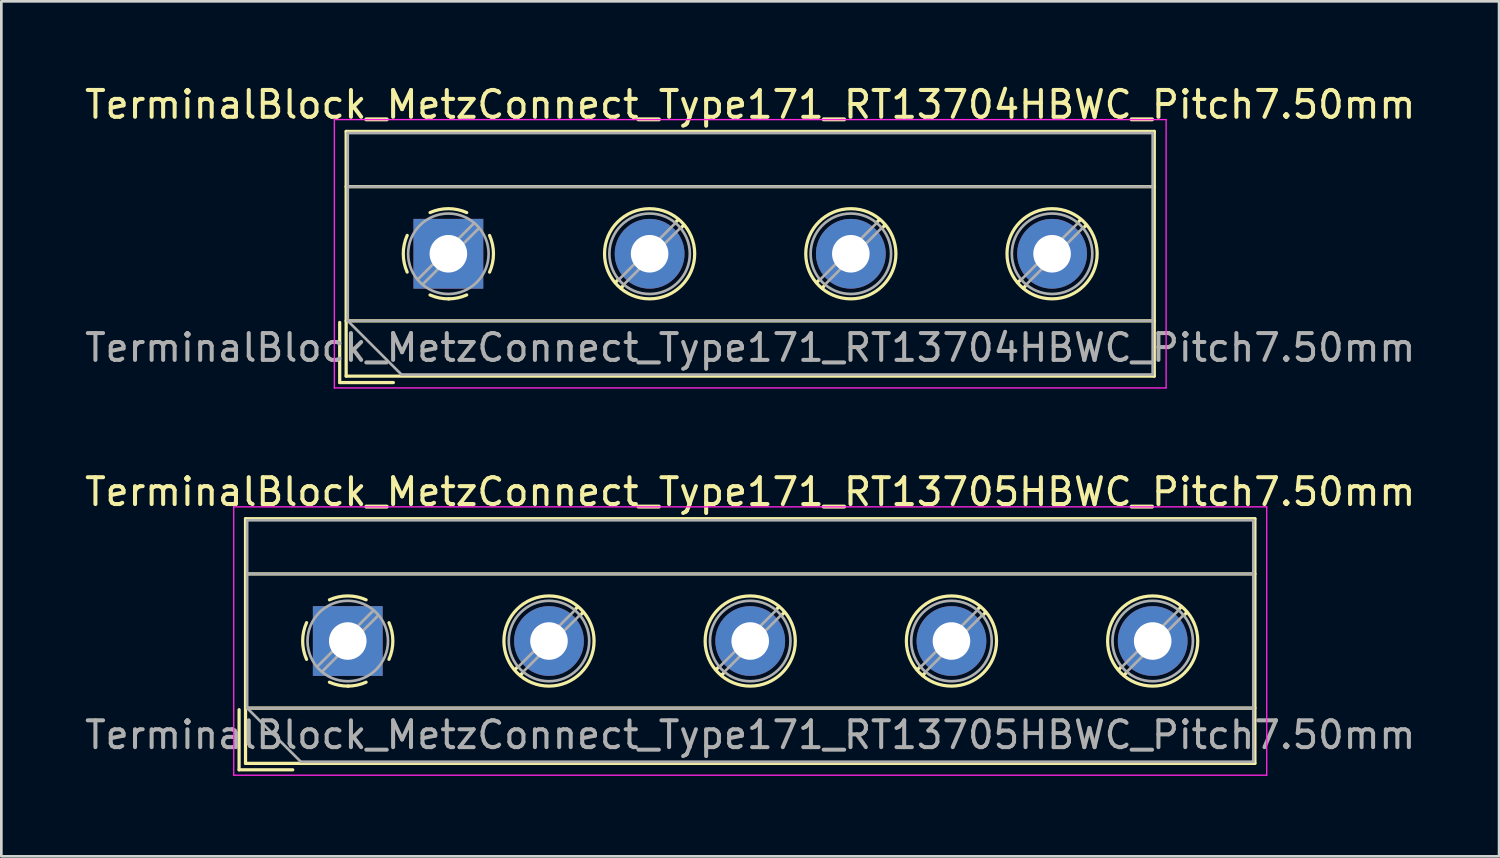
<source format=kicad_pcb>
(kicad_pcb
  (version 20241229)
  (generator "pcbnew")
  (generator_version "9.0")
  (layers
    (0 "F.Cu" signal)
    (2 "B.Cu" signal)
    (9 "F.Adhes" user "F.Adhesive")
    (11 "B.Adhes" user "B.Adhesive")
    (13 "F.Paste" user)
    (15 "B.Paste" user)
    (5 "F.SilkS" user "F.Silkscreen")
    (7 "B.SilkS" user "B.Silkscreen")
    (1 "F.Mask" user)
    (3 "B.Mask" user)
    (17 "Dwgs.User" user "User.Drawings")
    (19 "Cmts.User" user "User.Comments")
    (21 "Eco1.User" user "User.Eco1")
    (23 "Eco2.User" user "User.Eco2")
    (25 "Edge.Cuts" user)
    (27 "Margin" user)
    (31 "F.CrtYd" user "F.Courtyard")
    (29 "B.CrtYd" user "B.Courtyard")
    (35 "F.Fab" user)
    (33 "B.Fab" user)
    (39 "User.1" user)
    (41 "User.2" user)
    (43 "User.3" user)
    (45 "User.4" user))
  (footprint "TerminalBlock_MetzConnect_Type171_RT13704HBWC_Pitch7.50mm"
    (layer "F.Cu")
    (at 13.661 6.408)
    (property "Reference" "TerminalBlock_MetzConnect_Type171_RT13704HBWC_Pitch7.50mm" (at 11.25 -5.56 0) (layer "F.SilkS") (effects (font (size 1 1) (thickness 0.15))))
    (attr through_hole)
    (fp_line (start -4.05 2.56) (end -4.05 4.8) (stroke (width 0.12) (type solid)) (layer "F.SilkS"))
    (fp_line (start -4.05 4.8) (end -2.05 4.8) (stroke (width 0.12) (type solid)) (layer "F.SilkS"))
    (fp_line (start -3.81 -4.56) (end -3.81 4.56) (stroke (width 0.12) (type solid)) (layer "F.SilkS"))
    (fp_line (start -3.81 -2.5) (end 26.31 -2.5) (stroke (width 0.12) (type solid)) (layer "F.SilkS"))
    (fp_line (start -3.81 2.5) (end 26.31 2.5) (stroke (width 0.12) (type solid)) (layer "F.SilkS"))
    (fp_line (start -3.81 4.56) (end 26.31 4.56) (stroke (width 0.12) (type solid)) (layer "F.SilkS"))
    (fp_line (start 6.32 0.976) (end 6.226 1.069) (stroke (width 0.12) (type solid)) (layer "F.SilkS"))
    (fp_line (start 6.502 1.204) (end 6.431 1.274) (stroke (width 0.12) (type solid)) (layer "F.SilkS"))
    (fp_line (start 8.57 -1.275) (end 8.499 -1.204) (stroke (width 0.12) (type solid)) (layer "F.SilkS"))
    (fp_line (start 8.775 -1.069) (end 8.681 -0.976) (stroke (width 0.12) (type solid)) (layer "F.SilkS"))
    (fp_line (start 13.82 0.976) (end 13.726 1.069) (stroke (width 0.12) (type solid)) (layer "F.SilkS"))
    (fp_line (start 14.002 1.204) (end 13.931 1.274) (stroke (width 0.12) (type solid)) (layer "F.SilkS"))
    (fp_line (start 16.07 -1.275) (end 15.999 -1.204) (stroke (width 0.12) (type solid)) (layer "F.SilkS"))
    (fp_line (start 16.275 -1.069) (end 16.181 -0.976) (stroke (width 0.12) (type solid)) (layer "F.SilkS"))
    (fp_line (start 21.32 0.976) (end 21.226 1.069) (stroke (width 0.12) (type solid)) (layer "F.SilkS"))
    (fp_line (start 21.502 1.204) (end 21.431 1.274) (stroke (width 0.12) (type solid)) (layer "F.SilkS"))
    (fp_line (start 23.57 -1.275) (end 23.499 -1.204) (stroke (width 0.12) (type solid)) (layer "F.SilkS"))
    (fp_line (start 23.775 -1.069) (end 23.681 -0.976) (stroke (width 0.12) (type solid)) (layer "F.SilkS"))
    (fp_line (start 26.31 -4.56) (end -3.81 -4.56) (stroke (width 0.12) (type solid)) (layer "F.SilkS"))
    (fp_line (start 26.31 4.56) (end 26.31 -4.56) (stroke (width 0.12) (type solid)) (layer "F.SilkS"))
    (fp_arc (start -1.535427 0.683042) (mid -1.680501 -0.000524) (end -1.535 -0.684) (stroke (width 0.12) (type solid)) (layer "F.SilkS"))
    (fp_arc (start -0.683042 -1.535427) (mid 0.000524 -1.680501) (end 0.684 -1.535) (stroke (width 0.12) (type solid)) (layer "F.SilkS"))
    (fp_arc (start 0.028805 1.680253) (mid -0.335551 1.646659) (end -0.684 1.535) (stroke (width 0.12) (type solid)) (layer "F.SilkS"))
    (fp_arc (start 0.683318 1.534756) (mid 0.349292 1.643288) (end 0 1.68) (stroke (width 0.12) (type solid)) (layer "F.SilkS"))
    (fp_arc (start 1.535427 -0.683042) (mid 1.680501 0.000524) (end 1.535 0.684) (stroke (width 0.12) (type solid)) (layer "F.SilkS"))
    (fp_circle (center 7.5 0) (end 9.18 0) (stroke (width 0.12) (type solid)) (fill no) (layer "F.SilkS"))
    (fp_circle (center 15 0) (end 16.68 0) (stroke (width 0.12) (type solid)) (fill no) (layer "F.SilkS"))
    (fp_circle (center 22.5 0) (end 24.18 0) (stroke (width 0.12) (type solid)) (fill no) (layer "F.SilkS"))
    (fp_line (start -4.25 -5) (end -4.25 5) (stroke (width 0.05) (type solid)) (layer "F.CrtYd"))
    (fp_line (start -4.25 5) (end 26.75 5) (stroke (width 0.05) (type solid)) (layer "F.CrtYd"))
    (fp_line (start 26.75 -5) (end -4.25 -5) (stroke (width 0.05) (type solid)) (layer "F.CrtYd"))
    (fp_line (start 26.75 5) (end 26.75 -5) (stroke (width 0.05) (type solid)) (layer "F.CrtYd"))
    (fp_line (start -3.75 -4.5) (end 26.25 -4.5) (stroke (width 0.1) (type solid)) (layer "F.Fab"))
    (fp_line (start -3.75 -2.5) (end 26.25 -2.5) (stroke (width 0.1) (type solid)) (layer "F.Fab"))
    (fp_line (start -3.75 2.5) (end -3.75 -4.5) (stroke (width 0.1) (type solid)) (layer "F.Fab"))
    (fp_line (start -3.75 2.5) (end 26.25 2.5) (stroke (width 0.1) (type solid)) (layer "F.Fab"))
    (fp_line (start -1.75 4.5) (end -3.75 2.5) (stroke (width 0.1) (type solid)) (layer "F.Fab"))
    (fp_line (start 0.955 -1.138) (end -1.138 0.955) (stroke (width 0.1) (type solid)) (layer "F.Fab"))
    (fp_line (start 1.138 -0.955) (end -0.955 1.138) (stroke (width 0.1) (type solid)) (layer "F.Fab"))
    (fp_line (start 8.455 -1.138) (end 6.363 0.955) (stroke (width 0.1) (type solid)) (layer "F.Fab"))
    (fp_line (start 8.638 -0.955) (end 6.546 1.138) (stroke (width 0.1) (type solid)) (layer "F.Fab"))
    (fp_line (start 15.955 -1.138) (end 13.863 0.955) (stroke (width 0.1) (type solid)) (layer "F.Fab"))
    (fp_line (start 16.138 -0.955) (end 14.046 1.138) (stroke (width 0.1) (type solid)) (layer "F.Fab"))
    (fp_line (start 23.455 -1.138) (end 21.363 0.955) (stroke (width 0.1) (type solid)) (layer "F.Fab"))
    (fp_line (start 23.638 -0.955) (end 21.546 1.138) (stroke (width 0.1) (type solid)) (layer "F.Fab"))
    (fp_line (start 26.25 -4.5) (end 26.25 4.5) (stroke (width 0.1) (type solid)) (layer "F.Fab"))
    (fp_line (start 26.25 4.5) (end -1.75 4.5) (stroke (width 0.1) (type solid)) (layer "F.Fab"))
    (fp_circle (center 0 0) (end 1.5 0) (stroke (width 0.1) (type solid)) (fill no) (layer "F.Fab"))
    (fp_circle (center 7.5 0) (end 9 0) (stroke (width 0.1) (type solid)) (fill no) (layer "F.Fab"))
    (fp_circle (center 15 0) (end 16.5 0) (stroke (width 0.1) (type solid)) (fill no) (layer "F.Fab"))
    (fp_circle (center 22.5 0) (end 24 0) (stroke (width 0.1) (type solid)) (fill no) (layer "F.Fab"))
    (fp_text user "${REFERENCE}" (at 11.25 3.5 0) (layer "F.Fab") (effects (font (size 1 1) (thickness 0.15))))
    (pad "1" thru_hole rect (at 0 0) (size 2.6 2.6) (drill 1.4) (layers "*.Cu" "*.Mask"))
    (pad "2" thru_hole oval (at 7.5 0) (size 2.6 2.6) (drill 1.4) (layers "*.Cu" "*.Mask"))
    (pad "3" thru_hole oval (at 15 0) (size 2.6 2.6) (drill 1.4) (layers "*.Cu" "*.Mask"))
    (pad "4" thru_hole oval (at 22.5 0) (size 2.6 2.6) (drill 1.4) (layers "*.Cu" "*.Mask")))
  (footprint "TerminalBlock_MetzConnect_Type171_RT13705HBWC_Pitch7.50mm"
    (layer "F.Cu")
    (at 9.911 20.841)
    (property "Reference" "TerminalBlock_MetzConnect_Type171_RT13705HBWC_Pitch7.50mm" (at 15 -5.56 0) (layer "F.SilkS") (effects (font (size 1 1) (thickness 0.15))))
    (attr through_hole)
    (fp_line (start -4.05 2.56) (end -4.05 4.8) (stroke (width 0.12) (type solid)) (layer "F.SilkS"))
    (fp_line (start -4.05 4.8) (end -2.05 4.8) (stroke (width 0.12) (type solid)) (layer "F.SilkS"))
    (fp_line (start -3.81 -4.56) (end -3.81 4.56) (stroke (width 0.12) (type solid)) (layer "F.SilkS"))
    (fp_line (start -3.81 -2.5) (end 33.81 -2.5) (stroke (width 0.12) (type solid)) (layer "F.SilkS"))
    (fp_line (start -3.81 2.5) (end 33.81 2.5) (stroke (width 0.12) (type solid)) (layer "F.SilkS"))
    (fp_line (start -3.81 4.56) (end 33.81 4.56) (stroke (width 0.12) (type solid)) (layer "F.SilkS"))
    (fp_line (start 6.32 0.976) (end 6.226 1.069) (stroke (width 0.12) (type solid)) (layer "F.SilkS"))
    (fp_line (start 6.502 1.204) (end 6.431 1.274) (stroke (width 0.12) (type solid)) (layer "F.SilkS"))
    (fp_line (start 8.57 -1.275) (end 8.499 -1.204) (stroke (width 0.12) (type solid)) (layer "F.SilkS"))
    (fp_line (start 8.775 -1.069) (end 8.681 -0.976) (stroke (width 0.12) (type solid)) (layer "F.SilkS"))
    (fp_line (start 13.82 0.976) (end 13.726 1.069) (stroke (width 0.12) (type solid)) (layer "F.SilkS"))
    (fp_line (start 14.002 1.204) (end 13.931 1.274) (stroke (width 0.12) (type solid)) (layer "F.SilkS"))
    (fp_line (start 16.07 -1.275) (end 15.999 -1.204) (stroke (width 0.12) (type solid)) (layer "F.SilkS"))
    (fp_line (start 16.275 -1.069) (end 16.181 -0.976) (stroke (width 0.12) (type solid)) (layer "F.SilkS"))
    (fp_line (start 21.32 0.976) (end 21.226 1.069) (stroke (width 0.12) (type solid)) (layer "F.SilkS"))
    (fp_line (start 21.502 1.204) (end 21.431 1.274) (stroke (width 0.12) (type solid)) (layer "F.SilkS"))
    (fp_line (start 23.57 -1.275) (end 23.499 -1.204) (stroke (width 0.12) (type solid)) (layer "F.SilkS"))
    (fp_line (start 23.775 -1.069) (end 23.681 -0.976) (stroke (width 0.12) (type solid)) (layer "F.SilkS"))
    (fp_line (start 28.82 0.976) (end 28.726 1.069) (stroke (width 0.12) (type solid)) (layer "F.SilkS"))
    (fp_line (start 29.002 1.204) (end 28.931 1.274) (stroke (width 0.12) (type solid)) (layer "F.SilkS"))
    (fp_line (start 31.07 -1.275) (end 30.999 -1.204) (stroke (width 0.12) (type solid)) (layer "F.SilkS"))
    (fp_line (start 31.275 -1.069) (end 31.181 -0.976) (stroke (width 0.12) (type solid)) (layer "F.SilkS"))
    (fp_line (start 33.81 -4.56) (end -3.81 -4.56) (stroke (width 0.12) (type solid)) (layer "F.SilkS"))
    (fp_line (start 33.81 4.56) (end 33.81 -4.56) (stroke (width 0.12) (type solid)) (layer "F.SilkS"))
    (fp_arc (start -1.535427 0.683042) (mid -1.680501 -0.000524) (end -1.535 -0.684) (stroke (width 0.12) (type solid)) (layer "F.SilkS"))
    (fp_arc (start -0.683042 -1.535427) (mid 0.000524 -1.680501) (end 0.684 -1.535) (stroke (width 0.12) (type solid)) (layer "F.SilkS"))
    (fp_arc (start 0.028805 1.680253) (mid -0.335551 1.646659) (end -0.684 1.535) (stroke (width 0.12) (type solid)) (layer "F.SilkS"))
    (fp_arc (start 0.683318 1.534756) (mid 0.349292 1.643288) (end 0 1.68) (stroke (width 0.12) (type solid)) (layer "F.SilkS"))
    (fp_arc (start 1.535427 -0.683042) (mid 1.680501 0.000524) (end 1.535 0.684) (stroke (width 0.12) (type solid)) (layer "F.SilkS"))
    (fp_circle (center 7.5 0) (end 9.18 0) (stroke (width 0.12) (type solid)) (fill no) (layer "F.SilkS"))
    (fp_circle (center 15 0) (end 16.68 0) (stroke (width 0.12) (type solid)) (fill no) (layer "F.SilkS"))
    (fp_circle (center 22.5 0) (end 24.18 0) (stroke (width 0.12) (type solid)) (fill no) (layer "F.SilkS"))
    (fp_circle (center 30 0) (end 31.68 0) (stroke (width 0.12) (type solid)) (fill no) (layer "F.SilkS"))
    (fp_line (start -4.25 -5) (end -4.25 5) (stroke (width 0.05) (type solid)) (layer "F.CrtYd"))
    (fp_line (start -4.25 5) (end 34.25 5) (stroke (width 0.05) (type solid)) (layer "F.CrtYd"))
    (fp_line (start 34.25 -5) (end -4.25 -5) (stroke (width 0.05) (type solid)) (layer "F.CrtYd"))
    (fp_line (start 34.25 5) (end 34.25 -5) (stroke (width 0.05) (type solid)) (layer "F.CrtYd"))
    (fp_line (start -3.75 -4.5) (end 33.75 -4.5) (stroke (width 0.1) (type solid)) (layer "F.Fab"))
    (fp_line (start -3.75 -2.5) (end 33.75 -2.5) (stroke (width 0.1) (type solid)) (layer "F.Fab"))
    (fp_line (start -3.75 2.5) (end -3.75 -4.5) (stroke (width 0.1) (type solid)) (layer "F.Fab"))
    (fp_line (start -3.75 2.5) (end 33.75 2.5) (stroke (width 0.1) (type solid)) (layer "F.Fab"))
    (fp_line (start -1.75 4.5) (end -3.75 2.5) (stroke (width 0.1) (type solid)) (layer "F.Fab"))
    (fp_line (start 0.955 -1.138) (end -1.138 0.955) (stroke (width 0.1) (type solid)) (layer "F.Fab"))
    (fp_line (start 1.138 -0.955) (end -0.955 1.138) (stroke (width 0.1) (type solid)) (layer "F.Fab"))
    (fp_line (start 8.455 -1.138) (end 6.363 0.955) (stroke (width 0.1) (type solid)) (layer "F.Fab"))
    (fp_line (start 8.638 -0.955) (end 6.546 1.138) (stroke (width 0.1) (type solid)) (layer "F.Fab"))
    (fp_line (start 15.955 -1.138) (end 13.863 0.955) (stroke (width 0.1) (type solid)) (layer "F.Fab"))
    (fp_line (start 16.138 -0.955) (end 14.046 1.138) (stroke (width 0.1) (type solid)) (layer "F.Fab"))
    (fp_line (start 23.455 -1.138) (end 21.363 0.955) (stroke (width 0.1) (type solid)) (layer "F.Fab"))
    (fp_line (start 23.638 -0.955) (end 21.546 1.138) (stroke (width 0.1) (type solid)) (layer "F.Fab"))
    (fp_line (start 30.955 -1.138) (end 28.863 0.955) (stroke (width 0.1) (type solid)) (layer "F.Fab"))
    (fp_line (start 31.138 -0.955) (end 29.046 1.138) (stroke (width 0.1) (type solid)) (layer "F.Fab"))
    (fp_line (start 33.75 -4.5) (end 33.75 4.5) (stroke (width 0.1) (type solid)) (layer "F.Fab"))
    (fp_line (start 33.75 4.5) (end -1.75 4.5) (stroke (width 0.1) (type solid)) (layer "F.Fab"))
    (fp_circle (center 0 0) (end 1.5 0) (stroke (width 0.1) (type solid)) (fill no) (layer "F.Fab"))
    (fp_circle (center 7.5 0) (end 9 0) (stroke (width 0.1) (type solid)) (fill no) (layer "F.Fab"))
    (fp_circle (center 15 0) (end 16.5 0) (stroke (width 0.1) (type solid)) (fill no) (layer "F.Fab"))
    (fp_circle (center 22.5 0) (end 24 0) (stroke (width 0.1) (type solid)) (fill no) (layer "F.Fab"))
    (fp_circle (center 30 0) (end 31.5 0) (stroke (width 0.1) (type solid)) (fill no) (layer "F.Fab"))
    (fp_text user "${REFERENCE}" (at 15 3.5 0) (layer "F.Fab") (effects (font (size 1 1) (thickness 0.15))))
    (pad "1" thru_hole rect (at 0 0) (size 2.6 2.6) (drill 1.4) (layers "*.Cu" "*.Mask"))
    (pad "2" thru_hole oval (at 7.5 0) (size 2.6 2.6) (drill 1.4) (layers "*.Cu" "*.Mask"))
    (pad "3" thru_hole oval (at 15 0) (size 2.6 2.6) (drill 1.4) (layers "*.Cu" "*.Mask"))
    (pad "4" thru_hole oval (at 22.5 0) (size 2.6 2.6) (drill 1.4) (layers "*.Cu" "*.Mask"))
    (pad "5" thru_hole oval (at 30 0) (size 2.6 2.6) (drill 1.4) (layers "*.Cu" "*.Mask")))
  (gr_rect
    (start -3 -3)
    (end 52.821 28.866)
    (stroke (width 0.1) (type default))
    (fill no)
    (layer "Edge.Cuts")))
</source>
